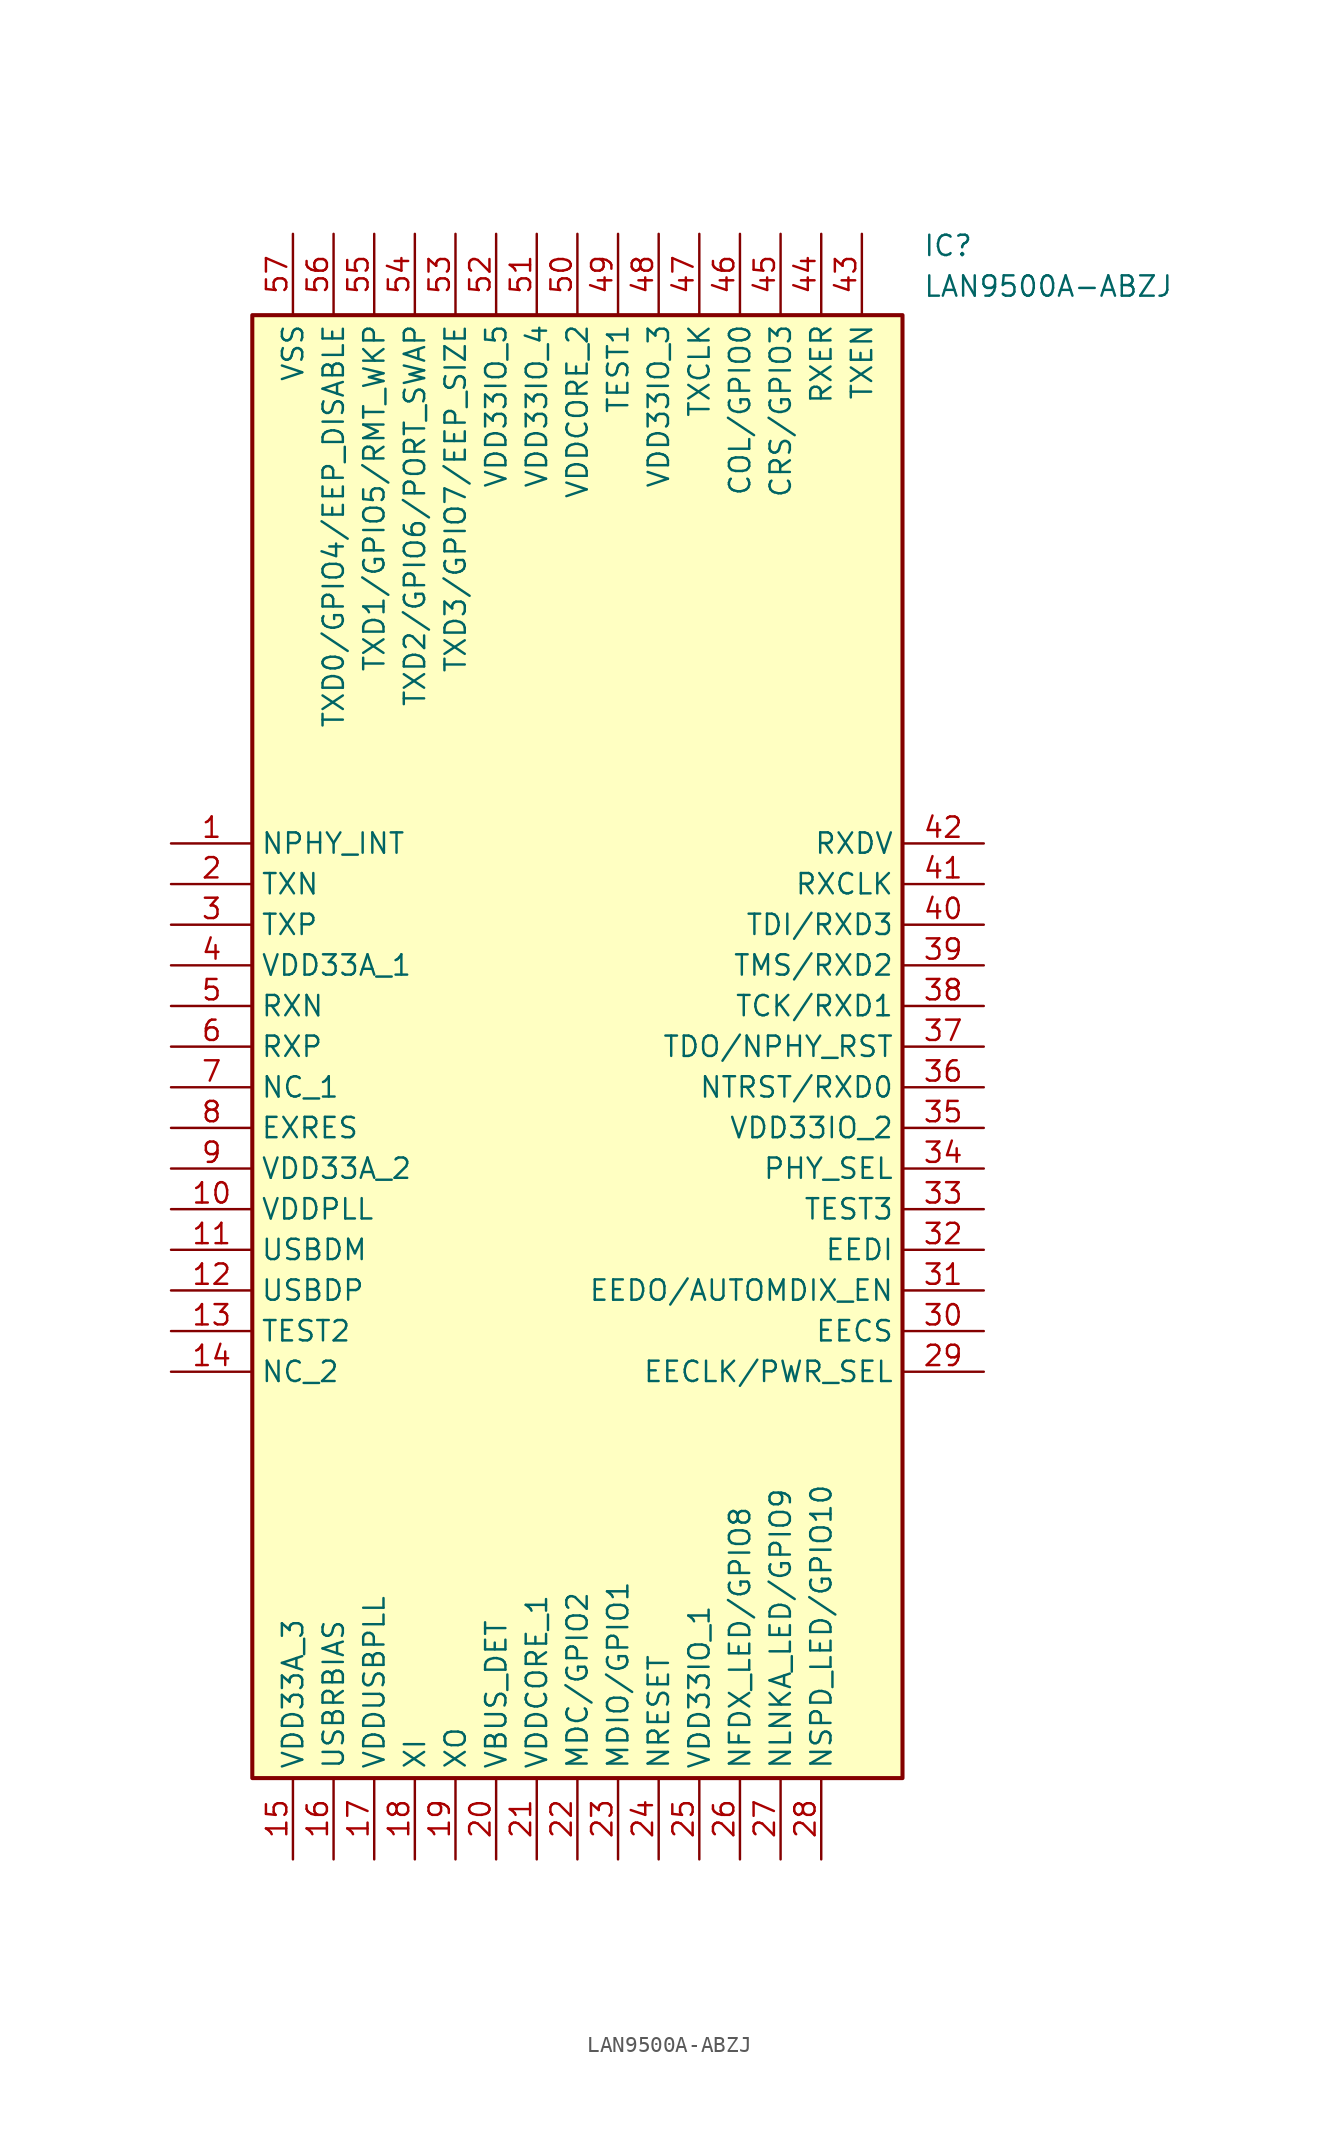
<source format=kicad_sym>
(kicad_symbol_lib
  (version 20211014)
  (generator SamacSys_ECAD_Model)
  (symbol "LAN9500A-ABZJ"
    (property "Reference" "IC"
      (at 46.99 38.1 0)
      (effects (font (size 1.27 1.27)) (justify left top)))
    (property "Value" "LAN9500A-ABZJ"
      (at 46.99 35.56 0)
      (effects (font (size 1.27 1.27)) (justify left top)))
    (rectangle
      (start 5.08 33.02)
      (end 45.72 -58.42)
      (stroke (width 0.254) (type default))
      (fill (type background)))
    (pin passive line
      (at 0 0 0)
      (length 5.08)
      (name "NPHY_INT" (effects (font (size 1.27 1.27))))
      (number "1" (effects (font (size 1.27 1.27)))))
    (pin passive line
      (at 0 -2.54 0)
      (length 5.08)
      (name "TXN" (effects (font (size 1.27 1.27))))
      (number "2" (effects (font (size 1.27 1.27)))))
    (pin passive line
      (at 0 -5.08 0)
      (length 5.08)
      (name "TXP" (effects (font (size 1.27 1.27))))
      (number "3" (effects (font (size 1.27 1.27)))))
    (pin passive line
      (at 0 -7.62 0)
      (length 5.08)
      (name "VDD33A_1" (effects (font (size 1.27 1.27))))
      (number "4" (effects (font (size 1.27 1.27)))))
    (pin passive line
      (at 0 -10.16 0)
      (length 5.08)
      (name "RXN" (effects (font (size 1.27 1.27))))
      (number "5" (effects (font (size 1.27 1.27)))))
    (pin passive line
      (at 0 -12.7 0)
      (length 5.08)
      (name "RXP" (effects (font (size 1.27 1.27))))
      (number "6" (effects (font (size 1.27 1.27)))))
    (pin passive line
      (at 0 -15.24 0)
      (length 5.08)
      (name "NC_1" (effects (font (size 1.27 1.27))))
      (number "7" (effects (font (size 1.27 1.27)))))
    (pin passive line
      (at 0 -17.78 0)
      (length 5.08)
      (name "EXRES" (effects (font (size 1.27 1.27))))
      (number "8" (effects (font (size 1.27 1.27)))))
    (pin passive line
      (at 0 -20.32 0)
      (length 5.08)
      (name "VDD33A_2" (effects (font (size 1.27 1.27))))
      (number "9" (effects (font (size 1.27 1.27)))))
    (pin passive line
      (at 0 -22.86 0)
      (length 5.08)
      (name "VDDPLL" (effects (font (size 1.27 1.27))))
      (number "10" (effects (font (size 1.27 1.27)))))
    (pin passive line
      (at 0 -25.4 0)
      (length 5.08)
      (name "USBDM" (effects (font (size 1.27 1.27))))
      (number "11" (effects (font (size 1.27 1.27)))))
    (pin passive line
      (at 0 -27.94 0)
      (length 5.08)
      (name "USBDP" (effects (font (size 1.27 1.27))))
      (number "12" (effects (font (size 1.27 1.27)))))
    (pin passive line
      (at 0 -30.48 0)
      (length 5.08)
      (name "TEST2" (effects (font (size 1.27 1.27))))
      (number "13" (effects (font (size 1.27 1.27)))))
    (pin passive line
      (at 0 -33.02 0)
      (length 5.08)
      (name "NC_2" (effects (font (size 1.27 1.27))))
      (number "14" (effects (font (size 1.27 1.27)))))
    (pin passive line
      (at 7.62 -63.5 90)
      (length 5.08)
      (name "VDD33A_3" (effects (font (size 1.27 1.27))))
      (number "15" (effects (font (size 1.27 1.27)))))
    (pin passive line
      (at 10.16 -63.5 90)
      (length 5.08)
      (name "USBRBIAS" (effects (font (size 1.27 1.27))))
      (number "16" (effects (font (size 1.27 1.27)))))
    (pin passive line
      (at 12.7 -63.5 90)
      (length 5.08)
      (name "VDDUSBPLL" (effects (font (size 1.27 1.27))))
      (number "17" (effects (font (size 1.27 1.27)))))
    (pin passive line
      (at 15.24 -63.5 90)
      (length 5.08)
      (name "XI" (effects (font (size 1.27 1.27))))
      (number "18" (effects (font (size 1.27 1.27)))))
    (pin passive line
      (at 17.78 -63.5 90)
      (length 5.08)
      (name "XO" (effects (font (size 1.27 1.27))))
      (number "19" (effects (font (size 1.27 1.27)))))
    (pin passive line
      (at 20.32 -63.5 90)
      (length 5.08)
      (name "VBUS_DET" (effects (font (size 1.27 1.27))))
      (number "20" (effects (font (size 1.27 1.27)))))
    (pin passive line
      (at 22.86 -63.5 90)
      (length 5.08)
      (name "VDDCORE_1" (effects (font (size 1.27 1.27))))
      (number "21" (effects (font (size 1.27 1.27)))))
    (pin passive line
      (at 25.4 -63.5 90)
      (length 5.08)
      (name "MDC/GPIO2" (effects (font (size 1.27 1.27))))
      (number "22" (effects (font (size 1.27 1.27)))))
    (pin passive line
      (at 27.94 -63.5 90)
      (length 5.08)
      (name "MDIO/GPIO1" (effects (font (size 1.27 1.27))))
      (number "23" (effects (font (size 1.27 1.27)))))
    (pin passive line
      (at 30.48 -63.5 90)
      (length 5.08)
      (name "NRESET" (effects (font (size 1.27 1.27))))
      (number "24" (effects (font (size 1.27 1.27)))))
    (pin passive line
      (at 33.02 -63.5 90)
      (length 5.08)
      (name "VDD33IO_1" (effects (font (size 1.27 1.27))))
      (number "25" (effects (font (size 1.27 1.27)))))
    (pin passive line
      (at 35.56 -63.5 90)
      (length 5.08)
      (name "NFDX_LED/GPIO8" (effects (font (size 1.27 1.27))))
      (number "26" (effects (font (size 1.27 1.27)))))
    (pin passive line
      (at 38.1 -63.5 90)
      (length 5.08)
      (name "NLNKA_LED/GPIO9" (effects (font (size 1.27 1.27))))
      (number "27" (effects (font (size 1.27 1.27)))))
    (pin passive line
      (at 40.64 -63.5 90)
      (length 5.08)
      (name "NSPD_LED/GPIO10" (effects (font (size 1.27 1.27))))
      (number "28" (effects (font (size 1.27 1.27)))))
    (pin passive line
      (at 50.8 0 180)
      (length 5.08)
      (name "RXDV" (effects (font (size 1.27 1.27))))
      (number "42" (effects (font (size 1.27 1.27)))))
    (pin passive line
      (at 50.8 -2.54 180)
      (length 5.08)
      (name "RXCLK" (effects (font (size 1.27 1.27))))
      (number "41" (effects (font (size 1.27 1.27)))))
    (pin passive line
      (at 50.8 -5.08 180)
      (length 5.08)
      (name "TDI/RXD3" (effects (font (size 1.27 1.27))))
      (number "40" (effects (font (size 1.27 1.27)))))
    (pin passive line
      (at 50.8 -7.62 180)
      (length 5.08)
      (name "TMS/RXD2" (effects (font (size 1.27 1.27))))
      (number "39" (effects (font (size 1.27 1.27)))))
    (pin passive line
      (at 50.8 -10.16 180)
      (length 5.08)
      (name "TCK/RXD1" (effects (font (size 1.27 1.27))))
      (number "38" (effects (font (size 1.27 1.27)))))
    (pin passive line
      (at 50.8 -12.7 180)
      (length 5.08)
      (name "TDO/NPHY_RST" (effects (font (size 1.27 1.27))))
      (number "37" (effects (font (size 1.27 1.27)))))
    (pin passive line
      (at 50.8 -15.24 180)
      (length 5.08)
      (name "NTRST/RXD0" (effects (font (size 1.27 1.27))))
      (number "36" (effects (font (size 1.27 1.27)))))
    (pin passive line
      (at 50.8 -17.78 180)
      (length 5.08)
      (name "VDD33IO_2" (effects (font (size 1.27 1.27))))
      (number "35" (effects (font (size 1.27 1.27)))))
    (pin passive line
      (at 50.8 -20.32 180)
      (length 5.08)
      (name "PHY_SEL" (effects (font (size 1.27 1.27))))
      (number "34" (effects (font (size 1.27 1.27)))))
    (pin passive line
      (at 50.8 -22.86 180)
      (length 5.08)
      (name "TEST3" (effects (font (size 1.27 1.27))))
      (number "33" (effects (font (size 1.27 1.27)))))
    (pin passive line
      (at 50.8 -25.4 180)
      (length 5.08)
      (name "EEDI" (effects (font (size 1.27 1.27))))
      (number "32" (effects (font (size 1.27 1.27)))))
    (pin passive line
      (at 50.8 -27.94 180)
      (length 5.08)
      (name "EEDO/AUTOMDIX_EN" (effects (font (size 1.27 1.27))))
      (number "31" (effects (font (size 1.27 1.27)))))
    (pin passive line
      (at 50.8 -30.48 180)
      (length 5.08)
      (name "EECS" (effects (font (size 1.27 1.27))))
      (number "30" (effects (font (size 1.27 1.27)))))
    (pin passive line
      (at 50.8 -33.02 180)
      (length 5.08)
      (name "EECLK/PWR_SEL" (effects (font (size 1.27 1.27))))
      (number "29" (effects (font (size 1.27 1.27)))))
    (pin passive line
      (at 7.62 38.1 270)
      (length 5.08)
      (name "VSS" (effects (font (size 1.27 1.27))))
      (number "57" (effects (font (size 1.27 1.27)))))
    (pin passive line
      (at 10.16 38.1 270)
      (length 5.08)
      (name "TXD0/GPIO4/EEP_DISABLE" (effects (font (size 1.27 1.27))))
      (number "56" (effects (font (size 1.27 1.27)))))
    (pin passive line
      (at 12.7 38.1 270)
      (length 5.08)
      (name "TXD1/GPIO5/RMT_WKP" (effects (font (size 1.27 1.27))))
      (number "55" (effects (font (size 1.27 1.27)))))
    (pin passive line
      (at 15.24 38.1 270)
      (length 5.08)
      (name "TXD2/GPIO6/PORT_SWAP" (effects (font (size 1.27 1.27))))
      (number "54" (effects (font (size 1.27 1.27)))))
    (pin passive line
      (at 17.78 38.1 270)
      (length 5.08)
      (name "TXD3/GPIO7/EEP_SIZE" (effects (font (size 1.27 1.27))))
      (number "53" (effects (font (size 1.27 1.27)))))
    (pin passive line
      (at 20.32 38.1 270)
      (length 5.08)
      (name "VDD33IO_5" (effects (font (size 1.27 1.27))))
      (number "52" (effects (font (size 1.27 1.27)))))
    (pin passive line
      (at 22.86 38.1 270)
      (length 5.08)
      (name "VDD33IO_4" (effects (font (size 1.27 1.27))))
      (number "51" (effects (font (size 1.27 1.27)))))
    (pin passive line
      (at 25.4 38.1 270)
      (length 5.08)
      (name "VDDCORE_2" (effects (font (size 1.27 1.27))))
      (number "50" (effects (font (size 1.27 1.27)))))
    (pin passive line
      (at 27.94 38.1 270)
      (length 5.08)
      (name "TEST1" (effects (font (size 1.27 1.27))))
      (number "49" (effects (font (size 1.27 1.27)))))
    (pin passive line
      (at 30.48 38.1 270)
      (length 5.08)
      (name "VDD33IO_3" (effects (font (size 1.27 1.27))))
      (number "48" (effects (font (size 1.27 1.27)))))
    (pin passive line
      (at 33.02 38.1 270)
      (length 5.08)
      (name "TXCLK" (effects (font (size 1.27 1.27))))
      (number "47" (effects (font (size 1.27 1.27)))))
    (pin passive line
      (at 35.56 38.1 270)
      (length 5.08)
      (name "COL/GPIO0" (effects (font (size 1.27 1.27))))
      (number "46" (effects (font (size 1.27 1.27)))))
    (pin passive line
      (at 38.1 38.1 270)
      (length 5.08)
      (name "CRS/GPIO3" (effects (font (size 1.27 1.27))))
      (number "45" (effects (font (size 1.27 1.27)))))
    (pin passive line
      (at 40.64 38.1 270)
      (length 5.08)
      (name "RXER" (effects (font (size 1.27 1.27))))
      (number "44" (effects (font (size 1.27 1.27)))))
    (pin passive line
      (at 43.18 38.1 270)
      (length 5.08)
      (name "TXEN" (effects (font (size 1.27 1.27))))
      (number "43" (effects (font (size 1.27 1.27)))))))
</source>
